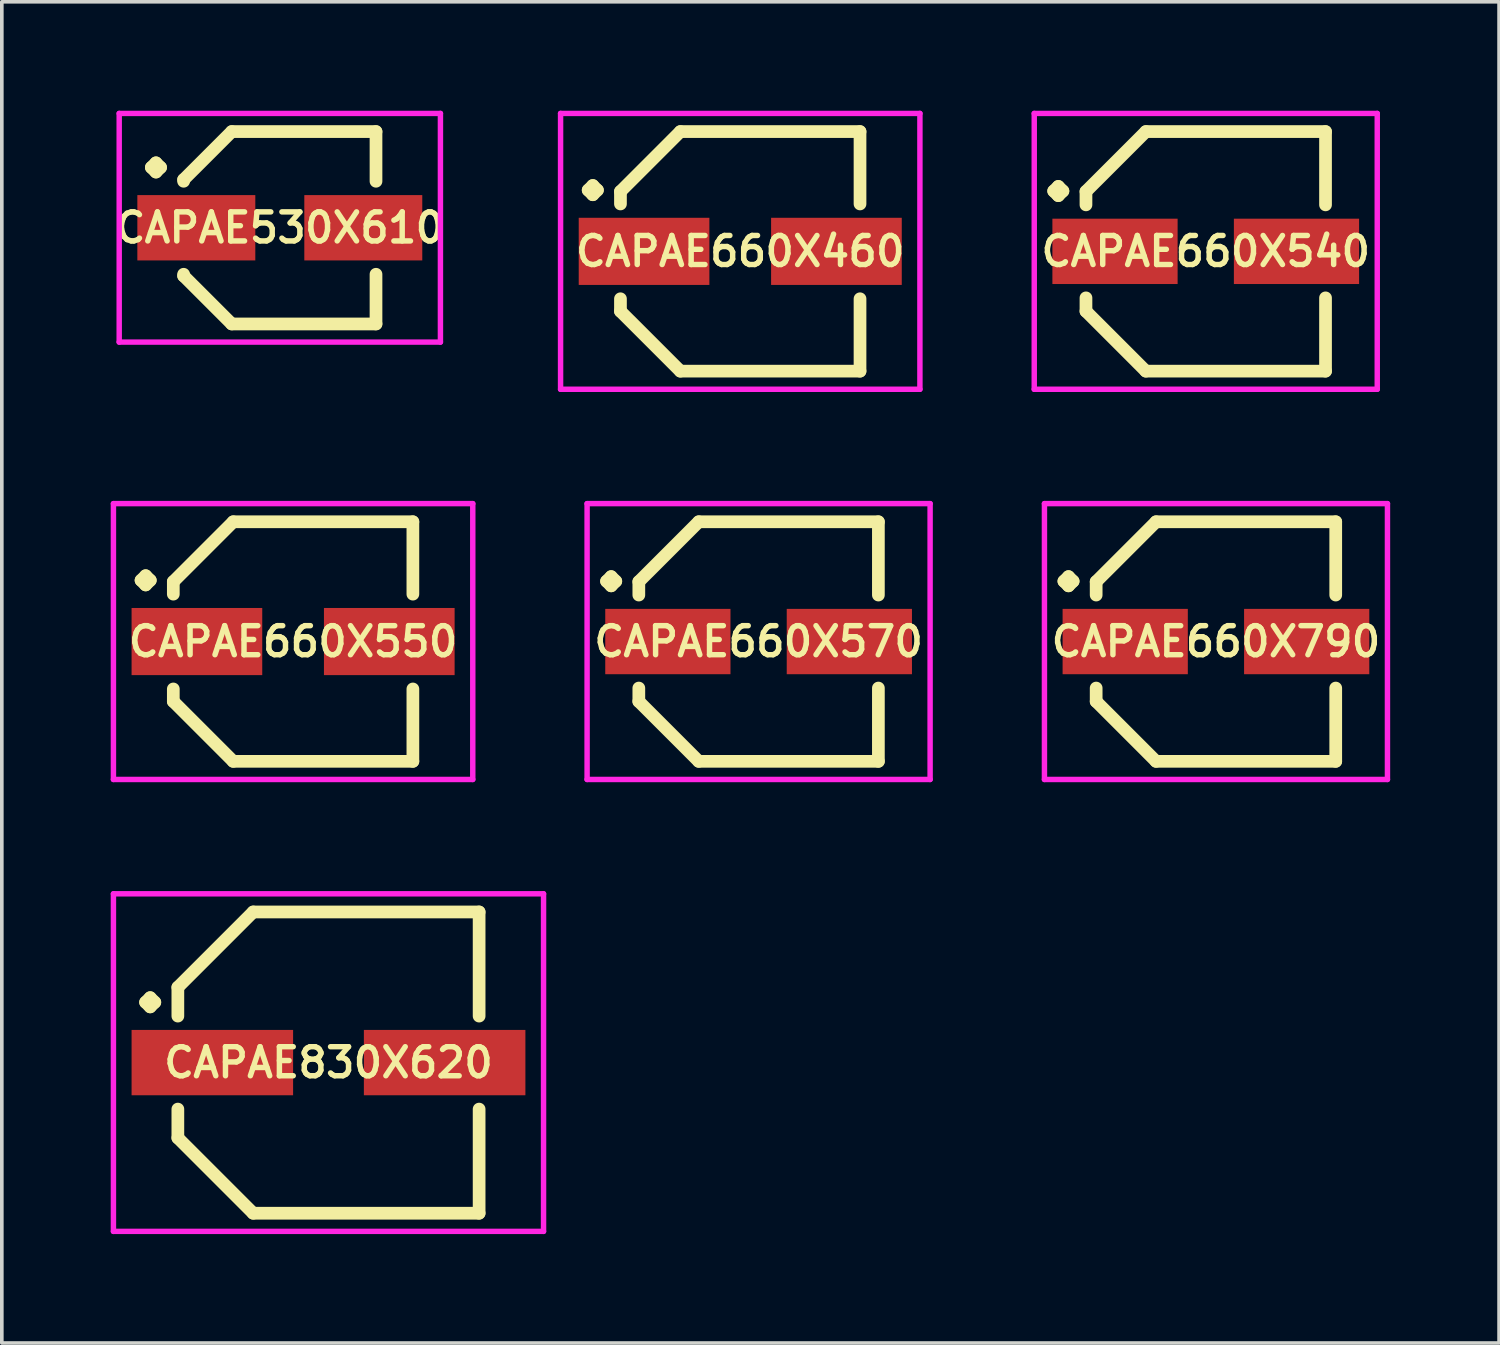
<source format=kicad_pcb>
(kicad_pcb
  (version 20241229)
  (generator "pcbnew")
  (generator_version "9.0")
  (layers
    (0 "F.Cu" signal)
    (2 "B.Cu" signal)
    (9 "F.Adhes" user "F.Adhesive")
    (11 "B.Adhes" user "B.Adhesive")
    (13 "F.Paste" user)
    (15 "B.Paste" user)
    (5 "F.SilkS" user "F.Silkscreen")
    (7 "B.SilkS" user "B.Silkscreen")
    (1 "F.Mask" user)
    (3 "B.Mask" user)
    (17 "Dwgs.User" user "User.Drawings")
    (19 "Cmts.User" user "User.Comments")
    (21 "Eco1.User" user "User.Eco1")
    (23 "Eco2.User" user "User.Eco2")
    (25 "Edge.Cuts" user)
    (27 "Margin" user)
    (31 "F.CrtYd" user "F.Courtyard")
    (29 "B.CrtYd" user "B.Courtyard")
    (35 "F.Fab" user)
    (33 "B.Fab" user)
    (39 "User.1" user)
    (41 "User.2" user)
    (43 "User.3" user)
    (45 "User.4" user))
  (footprint "CAPAE660X790"
    (layer "F.Cu")
    (at 30.45 14.625)
    (property "Reference" "CAPAE660X790" (at 0 0 0) (layer "F.SilkS") (effects (font (size 0.8 0.8) (thickness 0.15))))
    (attr smd)
    (fp_line (start -4.189 -1.662) (end -4.062 -1.789) (stroke (width 0.35) (type solid)) (layer "F.SilkS"))
    (fp_line (start -4.062 -1.789) (end -3.935 -1.662) (stroke (width 0.35) (type solid)) (layer "F.SilkS"))
    (fp_line (start -4.062 -1.535) (end -4.189 -1.662) (stroke (width 0.35) (type solid)) (layer "F.SilkS"))
    (fp_line (start -3.935 -1.662) (end -4.062 -1.535) (stroke (width 0.35) (type solid)) (layer "F.SilkS"))
    (fp_line (start -3.3 -1.65) (end -3.3 -1.281) (stroke (width 0.35) (type solid)) (layer "F.SilkS"))
    (fp_line (start -3.3 1.65) (end -3.3 1.281) (stroke (width 0.35) (type solid)) (layer "F.SilkS"))
    (fp_line (start -1.65 -3.3) (end -3.3 -1.65) (stroke (width 0.35) (type solid)) (layer "F.SilkS"))
    (fp_line (start -1.65 3.3) (end -3.3 1.65) (stroke (width 0.35) (type solid)) (layer "F.SilkS"))
    (fp_line (start 3.3 -3.3) (end -1.65 -3.3) (stroke (width 0.35) (type solid)) (layer "F.SilkS"))
    (fp_line (start 3.3 -1.281) (end 3.3 -3.3) (stroke (width 0.35) (type solid)) (layer "F.SilkS"))
    (fp_line (start 3.3 1.281) (end 3.3 3.3) (stroke (width 0.35) (type solid)) (layer "F.SilkS"))
    (fp_line (start 3.3 3.3) (end -1.65 3.3) (stroke (width 0.35) (type solid)) (layer "F.SilkS"))
    (fp_line (start -4.725 -3.8) (end 4.725 -3.8) (stroke (width 0.15) (type solid)) (layer "F.CrtYd"))
    (fp_line (start -4.725 3.8) (end -4.725 -3.8) (stroke (width 0.15) (type solid)) (layer "F.CrtYd"))
    (fp_line (start 4.725 -3.8) (end 4.725 3.8) (stroke (width 0.15) (type solid)) (layer "F.CrtYd"))
    (fp_line (start 4.725 3.8) (end -4.725 3.8) (stroke (width 0.15) (type solid)) (layer "F.CrtYd"))
    (pad "1" smd rect (at -2.5 0) (size 3.45 1.8) (layers "F.Cu" "F.Mask" "F.Paste"))
    (pad "2" smd rect (at 2.5 0) (size 3.45 1.8) (layers "F.Cu" "F.Mask" "F.Paste")))
  (footprint "CAPAE830X620"
    (layer "F.Cu")
    (at 6 26.225)
    (property "Reference" "CAPAE830X620" (at 0 0 0) (layer "F.SilkS") (effects (font (size 0.8 0.8) (thickness 0.15))))
    (attr smd)
    (fp_line (start -5.039 -1.662) (end -4.912 -1.789) (stroke (width 0.35) (type solid)) (layer "F.SilkS"))
    (fp_line (start -4.912 -1.789) (end -4.785 -1.662) (stroke (width 0.35) (type solid)) (layer "F.SilkS"))
    (fp_line (start -4.912 -1.535) (end -5.039 -1.662) (stroke (width 0.35) (type solid)) (layer "F.SilkS"))
    (fp_line (start -4.785 -1.662) (end -4.912 -1.535) (stroke (width 0.35) (type solid)) (layer "F.SilkS"))
    (fp_line (start -4.15 -2.075) (end -4.15 -1.281) (stroke (width 0.35) (type solid)) (layer "F.SilkS"))
    (fp_line (start -4.15 2.075) (end -4.15 1.281) (stroke (width 0.35) (type solid)) (layer "F.SilkS"))
    (fp_line (start -2.075 -4.15) (end -4.15 -2.075) (stroke (width 0.35) (type solid)) (layer "F.SilkS"))
    (fp_line (start -2.075 4.15) (end -4.15 2.075) (stroke (width 0.35) (type solid)) (layer "F.SilkS"))
    (fp_line (start 4.15 -4.15) (end -2.075 -4.15) (stroke (width 0.35) (type solid)) (layer "F.SilkS"))
    (fp_line (start 4.15 -1.281) (end 4.15 -4.15) (stroke (width 0.35) (type solid)) (layer "F.SilkS"))
    (fp_line (start 4.15 1.281) (end 4.15 4.15) (stroke (width 0.35) (type solid)) (layer "F.SilkS"))
    (fp_line (start 4.15 4.15) (end -2.075 4.15) (stroke (width 0.35) (type solid)) (layer "F.SilkS"))
    (fp_line (start -5.925 -4.65) (end 5.925 -4.65) (stroke (width 0.15) (type solid)) (layer "F.CrtYd"))
    (fp_line (start -5.925 4.65) (end -5.925 -4.65) (stroke (width 0.15) (type solid)) (layer "F.CrtYd"))
    (fp_line (start 5.925 -4.65) (end 5.925 4.65) (stroke (width 0.15) (type solid)) (layer "F.CrtYd"))
    (fp_line (start 5.925 4.65) (end -5.925 4.65) (stroke (width 0.15) (type solid)) (layer "F.CrtYd"))
    (pad "1" smd rect (at -3.2 0) (size 4.45 1.8) (layers "F.Cu" "F.Mask" "F.Paste"))
    (pad "2" smd rect (at 3.2 0) (size 4.45 1.8) (layers "F.Cu" "F.Mask" "F.Paste")))
  (footprint "CAPAE660X460"
    (layer "F.Cu")
    (at 17.344 3.875)
    (property "Reference" "CAPAE660X460" (at 0 0 0) (layer "F.SilkS") (effects (font (size 0.8 0.8) (thickness 0.15))))
    (attr smd)
    (fp_line (start -4.189 -1.687) (end -4.062 -1.814) (stroke (width 0.35) (type solid)) (layer "F.SilkS"))
    (fp_line (start -4.062 -1.814) (end -3.935 -1.687) (stroke (width 0.35) (type solid)) (layer "F.SilkS"))
    (fp_line (start -4.062 -1.56) (end -4.189 -1.687) (stroke (width 0.35) (type solid)) (layer "F.SilkS"))
    (fp_line (start -3.935 -1.687) (end -4.062 -1.56) (stroke (width 0.35) (type solid)) (layer "F.SilkS"))
    (fp_line (start -3.3 -1.65) (end -3.3 -1.306) (stroke (width 0.35) (type solid)) (layer "F.SilkS"))
    (fp_line (start -3.3 1.65) (end -3.3 1.306) (stroke (width 0.35) (type solid)) (layer "F.SilkS"))
    (fp_line (start -1.65 -3.3) (end -3.3 -1.65) (stroke (width 0.35) (type solid)) (layer "F.SilkS"))
    (fp_line (start -1.65 3.3) (end -3.3 1.65) (stroke (width 0.35) (type solid)) (layer "F.SilkS"))
    (fp_line (start 3.3 -3.3) (end -1.65 -3.3) (stroke (width 0.35) (type solid)) (layer "F.SilkS"))
    (fp_line (start 3.3 -1.306) (end 3.3 -3.3) (stroke (width 0.35) (type solid)) (layer "F.SilkS"))
    (fp_line (start 3.3 1.306) (end 3.3 3.3) (stroke (width 0.35) (type solid)) (layer "F.SilkS"))
    (fp_line (start 3.3 3.3) (end -1.65 3.3) (stroke (width 0.35) (type solid)) (layer "F.SilkS"))
    (fp_line (start -4.95 -3.8) (end 4.95 -3.8) (stroke (width 0.15) (type solid)) (layer "F.CrtYd"))
    (fp_line (start -4.95 3.8) (end -4.95 -3.8) (stroke (width 0.15) (type solid)) (layer "F.CrtYd"))
    (fp_line (start 4.95 -3.8) (end 4.95 3.8) (stroke (width 0.15) (type solid)) (layer "F.CrtYd"))
    (fp_line (start 4.95 3.8) (end -4.95 3.8) (stroke (width 0.15) (type solid)) (layer "F.CrtYd"))
    (pad "1" smd rect (at -2.65 0) (size 3.6 1.85) (layers "F.Cu" "F.Mask" "F.Paste"))
    (pad "2" smd rect (at 2.65 0) (size 3.6 1.85) (layers "F.Cu" "F.Mask" "F.Paste")))
  (footprint "CAPAE530X610"
    (layer "F.Cu")
    (at 4.659 3.225)
    (property "Reference" "CAPAE530X610" (at 0 0 0) (layer "F.SilkS") (effects (font (size 0.8 0.8) (thickness 0.15))))
    (attr smd)
    (fp_line (start -3.539 -1.662) (end -3.412 -1.789) (stroke (width 0.35) (type solid)) (layer "F.SilkS"))
    (fp_line (start -3.412 -1.789) (end -3.285 -1.662) (stroke (width 0.35) (type solid)) (layer "F.SilkS"))
    (fp_line (start -3.412 -1.535) (end -3.539 -1.662) (stroke (width 0.35) (type solid)) (layer "F.SilkS"))
    (fp_line (start -3.285 -1.662) (end -3.412 -1.535) (stroke (width 0.35) (type solid)) (layer "F.SilkS"))
    (fp_line (start -2.65 -1.325) (end -2.65 -1.281) (stroke (width 0.35) (type solid)) (layer "F.SilkS"))
    (fp_line (start -2.65 1.325) (end -2.65 1.281) (stroke (width 0.35) (type solid)) (layer "F.SilkS"))
    (fp_line (start -1.325 -2.65) (end -2.65 -1.325) (stroke (width 0.35) (type solid)) (layer "F.SilkS"))
    (fp_line (start -1.325 2.65) (end -2.65 1.325) (stroke (width 0.35) (type solid)) (layer "F.SilkS"))
    (fp_line (start 2.65 -2.65) (end -1.325 -2.65) (stroke (width 0.35) (type solid)) (layer "F.SilkS"))
    (fp_line (start 2.65 -1.281) (end 2.65 -2.65) (stroke (width 0.35) (type solid)) (layer "F.SilkS"))
    (fp_line (start 2.65 1.281) (end 2.65 2.65) (stroke (width 0.35) (type solid)) (layer "F.SilkS"))
    (fp_line (start 2.65 2.65) (end -1.325 2.65) (stroke (width 0.35) (type solid)) (layer "F.SilkS"))
    (fp_line (start -4.425 -3.15) (end 4.425 -3.15) (stroke (width 0.15) (type solid)) (layer "F.CrtYd"))
    (fp_line (start -4.425 3.15) (end -4.425 -3.15) (stroke (width 0.15) (type solid)) (layer "F.CrtYd"))
    (fp_line (start 4.425 -3.15) (end 4.425 3.15) (stroke (width 0.15) (type solid)) (layer "F.CrtYd"))
    (fp_line (start 4.425 3.15) (end -4.425 3.15) (stroke (width 0.15) (type solid)) (layer "F.CrtYd"))
    (pad "1" smd rect (at -2.3 0) (size 3.25 1.8) (layers "F.Cu" "F.Mask" "F.Paste"))
    (pad "2" smd rect (at 2.3 0) (size 3.25 1.8) (layers "F.Cu" "F.Mask" "F.Paste")))
  (footprint "CAPAE660X570"
    (layer "F.Cu")
    (at 17.85 14.625)
    (property "Reference" "CAPAE660X570" (at 0 0 0) (layer "F.SilkS") (effects (font (size 0.8 0.8) (thickness 0.15))))
    (attr smd)
    (fp_line (start -4.189 -1.662) (end -4.062 -1.789) (stroke (width 0.35) (type solid)) (layer "F.SilkS"))
    (fp_line (start -4.062 -1.789) (end -3.935 -1.662) (stroke (width 0.35) (type solid)) (layer "F.SilkS"))
    (fp_line (start -4.062 -1.535) (end -4.189 -1.662) (stroke (width 0.35) (type solid)) (layer "F.SilkS"))
    (fp_line (start -3.935 -1.662) (end -4.062 -1.535) (stroke (width 0.35) (type solid)) (layer "F.SilkS"))
    (fp_line (start -3.3 -1.65) (end -3.3 -1.281) (stroke (width 0.35) (type solid)) (layer "F.SilkS"))
    (fp_line (start -3.3 1.65) (end -3.3 1.281) (stroke (width 0.35) (type solid)) (layer "F.SilkS"))
    (fp_line (start -1.65 -3.3) (end -3.3 -1.65) (stroke (width 0.35) (type solid)) (layer "F.SilkS"))
    (fp_line (start -1.65 3.3) (end -3.3 1.65) (stroke (width 0.35) (type solid)) (layer "F.SilkS"))
    (fp_line (start 3.3 -3.3) (end -1.65 -3.3) (stroke (width 0.35) (type solid)) (layer "F.SilkS"))
    (fp_line (start 3.3 -1.281) (end 3.3 -3.3) (stroke (width 0.35) (type solid)) (layer "F.SilkS"))
    (fp_line (start 3.3 1.281) (end 3.3 3.3) (stroke (width 0.35) (type solid)) (layer "F.SilkS"))
    (fp_line (start 3.3 3.3) (end -1.65 3.3) (stroke (width 0.35) (type solid)) (layer "F.SilkS"))
    (fp_line (start -4.725 -3.8) (end 4.725 -3.8) (stroke (width 0.15) (type solid)) (layer "F.CrtYd"))
    (fp_line (start -4.725 3.8) (end -4.725 -3.8) (stroke (width 0.15) (type solid)) (layer "F.CrtYd"))
    (fp_line (start 4.725 -3.8) (end 4.725 3.8) (stroke (width 0.15) (type solid)) (layer "F.CrtYd"))
    (fp_line (start 4.725 3.8) (end -4.725 3.8) (stroke (width 0.15) (type solid)) (layer "F.CrtYd"))
    (pad "1" smd rect (at -2.5 0) (size 3.45 1.8) (layers "F.Cu" "F.Mask" "F.Paste"))
    (pad "2" smd rect (at 2.5 0) (size 3.45 1.8) (layers "F.Cu" "F.Mask" "F.Paste")))
  (footprint "CAPAE660X540"
    (layer "F.Cu")
    (at 30.169 3.875)
    (property "Reference" "CAPAE660X540" (at 0 0 0) (layer "F.SilkS") (effects (font (size 0.8 0.8) (thickness 0.15))))
    (attr smd)
    (fp_line (start -4.189 -1.662) (end -4.062 -1.789) (stroke (width 0.35) (type solid)) (layer "F.SilkS"))
    (fp_line (start -4.062 -1.789) (end -3.935 -1.662) (stroke (width 0.35) (type solid)) (layer "F.SilkS"))
    (fp_line (start -4.062 -1.535) (end -4.189 -1.662) (stroke (width 0.35) (type solid)) (layer "F.SilkS"))
    (fp_line (start -3.935 -1.662) (end -4.062 -1.535) (stroke (width 0.35) (type solid)) (layer "F.SilkS"))
    (fp_line (start -3.3 -1.65) (end -3.3 -1.281) (stroke (width 0.35) (type solid)) (layer "F.SilkS"))
    (fp_line (start -3.3 1.65) (end -3.3 1.281) (stroke (width 0.35) (type solid)) (layer "F.SilkS"))
    (fp_line (start -1.65 -3.3) (end -3.3 -1.65) (stroke (width 0.35) (type solid)) (layer "F.SilkS"))
    (fp_line (start -1.65 3.3) (end -3.3 1.65) (stroke (width 0.35) (type solid)) (layer "F.SilkS"))
    (fp_line (start 3.3 -3.3) (end -1.65 -3.3) (stroke (width 0.35) (type solid)) (layer "F.SilkS"))
    (fp_line (start 3.3 -1.281) (end 3.3 -3.3) (stroke (width 0.35) (type solid)) (layer "F.SilkS"))
    (fp_line (start 3.3 1.281) (end 3.3 3.3) (stroke (width 0.35) (type solid)) (layer "F.SilkS"))
    (fp_line (start 3.3 3.3) (end -1.65 3.3) (stroke (width 0.35) (type solid)) (layer "F.SilkS"))
    (fp_line (start -4.725 -3.8) (end 4.725 -3.8) (stroke (width 0.15) (type solid)) (layer "F.CrtYd"))
    (fp_line (start -4.725 3.8) (end -4.725 -3.8) (stroke (width 0.15) (type solid)) (layer "F.CrtYd"))
    (fp_line (start 4.725 -3.8) (end 4.725 3.8) (stroke (width 0.15) (type solid)) (layer "F.CrtYd"))
    (fp_line (start 4.725 3.8) (end -4.725 3.8) (stroke (width 0.15) (type solid)) (layer "F.CrtYd"))
    (pad "1" smd rect (at -2.5 0) (size 3.45 1.8) (layers "F.Cu" "F.Mask" "F.Paste"))
    (pad "2" smd rect (at 2.5 0) (size 3.45 1.8) (layers "F.Cu" "F.Mask" "F.Paste")))
  (footprint "CAPAE660X550"
    (layer "F.Cu")
    (at 5.025 14.625)
    (property "Reference" "CAPAE660X550" (at 0 0 0) (layer "F.SilkS") (effects (font (size 0.8 0.8) (thickness 0.15))))
    (attr smd)
    (fp_line (start -4.189 -1.687) (end -4.062 -1.814) (stroke (width 0.35) (type solid)) (layer "F.SilkS"))
    (fp_line (start -4.062 -1.814) (end -3.935 -1.687) (stroke (width 0.35) (type solid)) (layer "F.SilkS"))
    (fp_line (start -4.062 -1.56) (end -4.189 -1.687) (stroke (width 0.35) (type solid)) (layer "F.SilkS"))
    (fp_line (start -3.935 -1.687) (end -4.062 -1.56) (stroke (width 0.35) (type solid)) (layer "F.SilkS"))
    (fp_line (start -3.3 -1.65) (end -3.3 -1.306) (stroke (width 0.35) (type solid)) (layer "F.SilkS"))
    (fp_line (start -3.3 1.65) (end -3.3 1.306) (stroke (width 0.35) (type solid)) (layer "F.SilkS"))
    (fp_line (start -1.65 -3.3) (end -3.3 -1.65) (stroke (width 0.35) (type solid)) (layer "F.SilkS"))
    (fp_line (start -1.65 3.3) (end -3.3 1.65) (stroke (width 0.35) (type solid)) (layer "F.SilkS"))
    (fp_line (start 3.3 -3.3) (end -1.65 -3.3) (stroke (width 0.35) (type solid)) (layer "F.SilkS"))
    (fp_line (start 3.3 -1.306) (end 3.3 -3.3) (stroke (width 0.35) (type solid)) (layer "F.SilkS"))
    (fp_line (start 3.3 1.306) (end 3.3 3.3) (stroke (width 0.35) (type solid)) (layer "F.SilkS"))
    (fp_line (start 3.3 3.3) (end -1.65 3.3) (stroke (width 0.35) (type solid)) (layer "F.SilkS"))
    (fp_line (start -4.95 -3.8) (end 4.95 -3.8) (stroke (width 0.15) (type solid)) (layer "F.CrtYd"))
    (fp_line (start -4.95 3.8) (end -4.95 -3.8) (stroke (width 0.15) (type solid)) (layer "F.CrtYd"))
    (fp_line (start 4.95 -3.8) (end 4.95 3.8) (stroke (width 0.15) (type solid)) (layer "F.CrtYd"))
    (fp_line (start 4.95 3.8) (end -4.95 3.8) (stroke (width 0.15) (type solid)) (layer "F.CrtYd"))
    (pad "1" smd rect (at -2.65 0) (size 3.6 1.85) (layers "F.Cu" "F.Mask" "F.Paste"))
    (pad "2" smd rect (at 2.65 0) (size 3.6 1.85) (layers "F.Cu" "F.Mask" "F.Paste")))
  (gr_rect
    (start -3 -3)
    (end 38.25 33.95)
    (stroke (width 0.1) (type default))
    (fill no)
    (layer "Edge.Cuts")))
</source>
